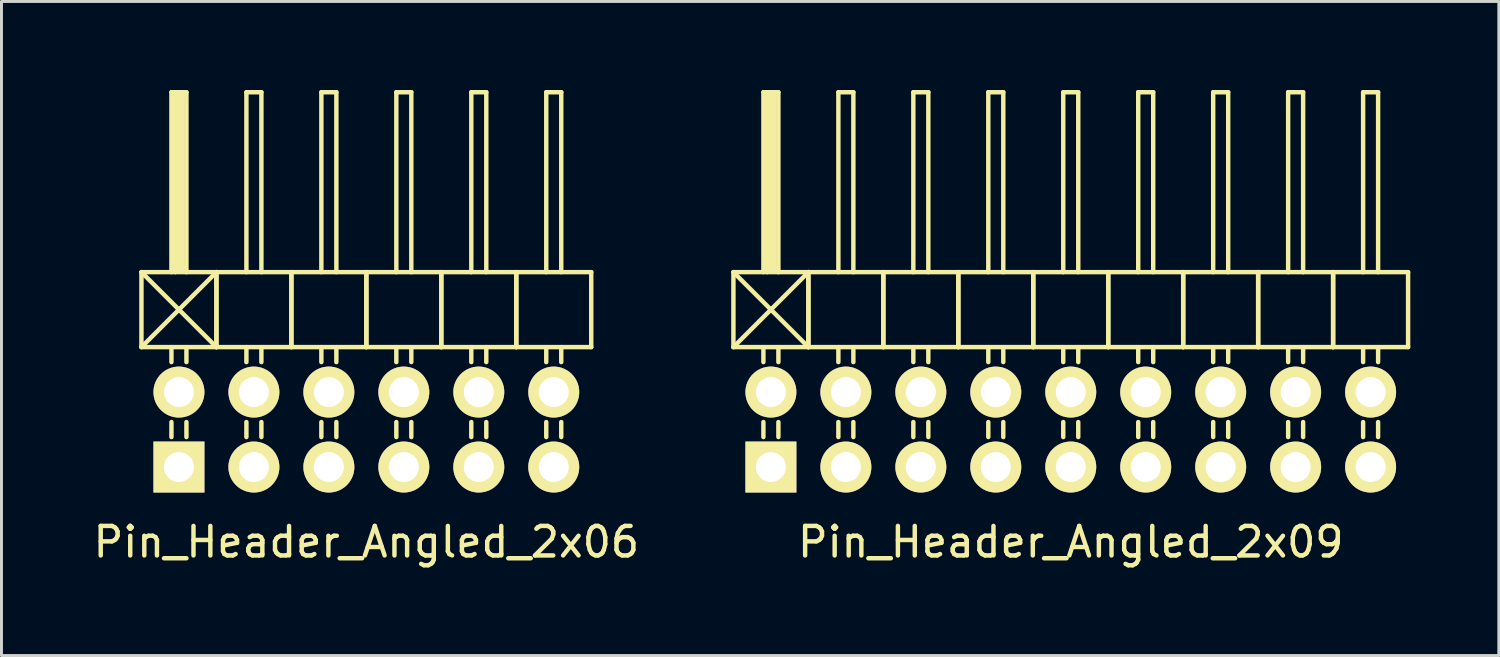
<source format=kicad_pcb>
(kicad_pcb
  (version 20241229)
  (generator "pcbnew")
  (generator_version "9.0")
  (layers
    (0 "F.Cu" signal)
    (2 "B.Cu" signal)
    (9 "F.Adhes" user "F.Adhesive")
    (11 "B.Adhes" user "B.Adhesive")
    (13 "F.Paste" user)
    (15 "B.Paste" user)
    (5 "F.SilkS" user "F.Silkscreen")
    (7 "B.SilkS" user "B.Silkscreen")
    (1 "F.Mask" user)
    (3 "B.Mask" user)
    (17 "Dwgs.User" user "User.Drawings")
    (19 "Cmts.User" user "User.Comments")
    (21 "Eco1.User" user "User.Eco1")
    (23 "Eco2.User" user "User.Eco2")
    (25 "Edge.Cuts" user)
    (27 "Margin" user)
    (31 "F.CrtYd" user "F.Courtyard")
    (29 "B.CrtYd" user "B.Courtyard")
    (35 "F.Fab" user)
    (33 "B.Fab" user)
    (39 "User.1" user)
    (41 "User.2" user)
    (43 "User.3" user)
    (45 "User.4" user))
  (footprint "Pin_Header_Angled_2x06"
    (layer "F.Cu")
    (at 9.363 11.505)
    (property "Reference" "Pin_Header_Angled_2x06" (at 0 3.81 0) (layer "F.SilkS") (effects (font (size 1 1) (thickness 0.15))))
    (attr through_hole)
    (fp_line (start -7.62 -5.334) (end -5.08 -2.794) (stroke (width 0.15) (type solid)) (layer "F.SilkS"))
    (fp_line (start -7.62 -2.794) (end -7.62 -5.334) (stroke (width 0.15) (type solid)) (layer "F.SilkS"))
    (fp_line (start -7.62 -2.794) (end -5.08 -5.334) (stroke (width 0.15) (type solid)) (layer "F.SilkS"))
    (fp_line (start -7.62 -2.794) (end -5.08 -2.794) (stroke (width 0.15) (type solid)) (layer "F.SilkS"))
    (fp_line (start -6.604 -11.43) (end -6.096 -11.43) (stroke (width 0.15) (type solid)) (layer "F.SilkS"))
    (fp_line (start -6.604 -5.334) (end -6.604 -11.43) (stroke (width 0.15) (type solid)) (layer "F.SilkS"))
    (fp_line (start -6.604 -2.794) (end -6.604 -2.286) (stroke (width 0.15) (type solid)) (layer "F.SilkS"))
    (fp_line (start -6.604 -0.254) (end -6.604 0.254) (stroke (width 0.15) (type solid)) (layer "F.SilkS"))
    (fp_line (start -6.477 -11.303) (end -6.223 -11.303) (stroke (width 0.15) (type solid)) (layer "F.SilkS"))
    (fp_line (start -6.477 -5.334) (end -6.477 -11.303) (stroke (width 0.15) (type solid)) (layer "F.SilkS"))
    (fp_line (start -6.35 -5.461) (end -6.35 -11.303) (stroke (width 0.15) (type solid)) (layer "F.SilkS"))
    (fp_line (start -6.223 -11.303) (end -6.223 -5.461) (stroke (width 0.15) (type solid)) (layer "F.SilkS"))
    (fp_line (start -6.223 -5.461) (end -6.35 -5.461) (stroke (width 0.15) (type solid)) (layer "F.SilkS"))
    (fp_line (start -6.096 -11.43) (end -6.096 -5.334) (stroke (width 0.15) (type solid)) (layer "F.SilkS"))
    (fp_line (start -6.096 -2.794) (end -6.096 -2.286) (stroke (width 0.15) (type solid)) (layer "F.SilkS"))
    (fp_line (start -6.096 -0.254) (end -6.096 0.254) (stroke (width 0.15) (type solid)) (layer "F.SilkS"))
    (fp_line (start -5.08 -5.334) (end -7.62 -5.334) (stroke (width 0.15) (type solid)) (layer "F.SilkS"))
    (fp_line (start -5.08 -2.794) (end -5.08 -5.334) (stroke (width 0.15) (type solid)) (layer "F.SilkS"))
    (fp_line (start -5.08 -2.794) (end -5.08 -5.334) (stroke (width 0.15) (type solid)) (layer "F.SilkS"))
    (fp_line (start -5.08 -2.794) (end -2.54 -2.794) (stroke (width 0.15) (type solid)) (layer "F.SilkS"))
    (fp_line (start -4.064 -11.43) (end -3.556 -11.43) (stroke (width 0.15) (type solid)) (layer "F.SilkS"))
    (fp_line (start -4.064 -5.334) (end -4.064 -11.43) (stroke (width 0.15) (type solid)) (layer "F.SilkS"))
    (fp_line (start -4.064 -2.794) (end -4.064 -2.286) (stroke (width 0.15) (type solid)) (layer "F.SilkS"))
    (fp_line (start -4.064 -0.254) (end -4.064 0.254) (stroke (width 0.15) (type solid)) (layer "F.SilkS"))
    (fp_line (start -3.556 -11.43) (end -3.556 -5.334) (stroke (width 0.15) (type solid)) (layer "F.SilkS"))
    (fp_line (start -3.556 -2.794) (end -3.556 -2.286) (stroke (width 0.15) (type solid)) (layer "F.SilkS"))
    (fp_line (start -3.556 -0.254) (end -3.556 0.254) (stroke (width 0.15) (type solid)) (layer "F.SilkS"))
    (fp_line (start -2.54 -5.334) (end -5.08 -5.334) (stroke (width 0.15) (type solid)) (layer "F.SilkS"))
    (fp_line (start -2.54 -2.794) (end -2.54 -5.334) (stroke (width 0.15) (type solid)) (layer "F.SilkS"))
    (fp_line (start -2.54 -2.794) (end -2.54 -5.334) (stroke (width 0.15) (type solid)) (layer "F.SilkS"))
    (fp_line (start -2.54 -2.794) (end 0 -2.794) (stroke (width 0.15) (type solid)) (layer "F.SilkS"))
    (fp_line (start -1.524 -11.43) (end -1.016 -11.43) (stroke (width 0.15) (type solid)) (layer "F.SilkS"))
    (fp_line (start -1.524 -5.334) (end -1.524 -11.43) (stroke (width 0.15) (type solid)) (layer "F.SilkS"))
    (fp_line (start -1.524 -2.794) (end -1.524 -2.286) (stroke (width 0.15) (type solid)) (layer "F.SilkS"))
    (fp_line (start -1.524 -0.254) (end -1.524 0.254) (stroke (width 0.15) (type solid)) (layer "F.SilkS"))
    (fp_line (start -1.016 -11.43) (end -1.016 -5.334) (stroke (width 0.15) (type solid)) (layer "F.SilkS"))
    (fp_line (start -1.016 -2.794) (end -1.016 -2.286) (stroke (width 0.15) (type solid)) (layer "F.SilkS"))
    (fp_line (start -1.016 -0.254) (end -1.016 0.254) (stroke (width 0.15) (type solid)) (layer "F.SilkS"))
    (fp_line (start 0 -5.334) (end -2.54 -5.334) (stroke (width 0.15) (type solid)) (layer "F.SilkS"))
    (fp_line (start 0 -2.794) (end 0 -5.334) (stroke (width 0.15) (type solid)) (layer "F.SilkS"))
    (fp_line (start 0 -2.794) (end 0 -5.334) (stroke (width 0.15) (type solid)) (layer "F.SilkS"))
    (fp_line (start 0 -2.794) (end 2.54 -2.794) (stroke (width 0.15) (type solid)) (layer "F.SilkS"))
    (fp_line (start 1.016 -11.43) (end 1.524 -11.43) (stroke (width 0.15) (type solid)) (layer "F.SilkS"))
    (fp_line (start 1.016 -5.334) (end 1.016 -11.43) (stroke (width 0.15) (type solid)) (layer "F.SilkS"))
    (fp_line (start 1.016 -2.794) (end 1.016 -2.286) (stroke (width 0.15) (type solid)) (layer "F.SilkS"))
    (fp_line (start 1.016 -0.254) (end 1.016 0.254) (stroke (width 0.15) (type solid)) (layer "F.SilkS"))
    (fp_line (start 1.524 -11.43) (end 1.524 -5.334) (stroke (width 0.15) (type solid)) (layer "F.SilkS"))
    (fp_line (start 1.524 -2.794) (end 1.524 -2.286) (stroke (width 0.15) (type solid)) (layer "F.SilkS"))
    (fp_line (start 1.524 -0.254) (end 1.524 0.254) (stroke (width 0.15) (type solid)) (layer "F.SilkS"))
    (fp_line (start 2.54 -5.334) (end 0 -5.334) (stroke (width 0.15) (type solid)) (layer "F.SilkS"))
    (fp_line (start 2.54 -2.794) (end 2.54 -5.334) (stroke (width 0.15) (type solid)) (layer "F.SilkS"))
    (fp_line (start 2.54 -2.794) (end 2.54 -5.334) (stroke (width 0.15) (type solid)) (layer "F.SilkS"))
    (fp_line (start 2.54 -2.794) (end 5.08 -2.794) (stroke (width 0.15) (type solid)) (layer "F.SilkS"))
    (fp_line (start 3.556 -11.43) (end 4.064 -11.43) (stroke (width 0.15) (type solid)) (layer "F.SilkS"))
    (fp_line (start 3.556 -5.334) (end 3.556 -11.43) (stroke (width 0.15) (type solid)) (layer "F.SilkS"))
    (fp_line (start 3.556 -2.794) (end 3.556 -2.286) (stroke (width 0.15) (type solid)) (layer "F.SilkS"))
    (fp_line (start 3.556 -0.254) (end 3.556 0.254) (stroke (width 0.15) (type solid)) (layer "F.SilkS"))
    (fp_line (start 4.064 -11.43) (end 4.064 -5.334) (stroke (width 0.15) (type solid)) (layer "F.SilkS"))
    (fp_line (start 4.064 -2.794) (end 4.064 -2.286) (stroke (width 0.15) (type solid)) (layer "F.SilkS"))
    (fp_line (start 4.064 -0.254) (end 4.064 0.254) (stroke (width 0.15) (type solid)) (layer "F.SilkS"))
    (fp_line (start 5.08 -5.334) (end 2.54 -5.334) (stroke (width 0.15) (type solid)) (layer "F.SilkS"))
    (fp_line (start 5.08 -2.794) (end 5.08 -5.334) (stroke (width 0.15) (type solid)) (layer "F.SilkS"))
    (fp_line (start 5.08 -2.794) (end 5.08 -5.334) (stroke (width 0.15) (type solid)) (layer "F.SilkS"))
    (fp_line (start 5.08 -2.794) (end 7.62 -2.794) (stroke (width 0.15) (type solid)) (layer "F.SilkS"))
    (fp_line (start 6.096 -11.43) (end 6.604 -11.43) (stroke (width 0.15) (type solid)) (layer "F.SilkS"))
    (fp_line (start 6.096 -5.334) (end 6.096 -11.43) (stroke (width 0.15) (type solid)) (layer "F.SilkS"))
    (fp_line (start 6.096 -2.794) (end 6.096 -2.286) (stroke (width 0.15) (type solid)) (layer "F.SilkS"))
    (fp_line (start 6.096 -0.254) (end 6.096 0.254) (stroke (width 0.15) (type solid)) (layer "F.SilkS"))
    (fp_line (start 6.604 -11.43) (end 6.604 -5.334) (stroke (width 0.15) (type solid)) (layer "F.SilkS"))
    (fp_line (start 6.604 -2.794) (end 6.604 -2.286) (stroke (width 0.15) (type solid)) (layer "F.SilkS"))
    (fp_line (start 6.604 -0.254) (end 6.604 0.254) (stroke (width 0.15) (type solid)) (layer "F.SilkS"))
    (fp_line (start 7.62 -5.334) (end 5.08 -5.334) (stroke (width 0.15) (type solid)) (layer "F.SilkS"))
    (fp_line (start 7.62 -2.794) (end 7.62 -5.334) (stroke (width 0.15) (type solid)) (layer "F.SilkS"))
    (pad "1" thru_hole rect (at -6.35 1.27) (size 1.727 1.727) (drill 1.016) (layers "*.Cu" "*.Mask" "F.SilkS"))
    (pad "2" thru_hole oval (at -6.35 -1.27) (size 1.727 1.727) (drill 1.016) (layers "*.Cu" "*.Mask" "F.SilkS"))
    (pad "3" thru_hole oval (at -3.81 1.27) (size 1.727 1.727) (drill 1.016) (layers "*.Cu" "*.Mask" "F.SilkS"))
    (pad "4" thru_hole oval (at -3.81 -1.27) (size 1.727 1.727) (drill 1.016) (layers "*.Cu" "*.Mask" "F.SilkS"))
    (pad "5" thru_hole oval (at -1.27 1.27) (size 1.727 1.727) (drill 1.016) (layers "*.Cu" "*.Mask" "F.SilkS"))
    (pad "6" thru_hole oval (at -1.27 -1.27) (size 1.727 1.727) (drill 1.016) (layers "*.Cu" "*.Mask" "F.SilkS"))
    (pad "7" thru_hole oval (at 1.27 1.27) (size 1.727 1.727) (drill 1.016) (layers "*.Cu" "*.Mask" "F.SilkS"))
    (pad "8" thru_hole oval (at 1.27 -1.27) (size 1.727 1.727) (drill 1.016) (layers "*.Cu" "*.Mask" "F.SilkS"))
    (pad "9" thru_hole oval (at 3.81 1.27) (size 1.727 1.727) (drill 1.016) (layers "*.Cu" "*.Mask" "F.SilkS"))
    (pad "10" thru_hole oval (at 3.81 -1.27) (size 1.727 1.727) (drill 1.016) (layers "*.Cu" "*.Mask" "F.SilkS"))
    (pad "11" thru_hole oval (at 6.35 1.27) (size 1.727 1.727) (drill 1.016) (layers "*.Cu" "*.Mask" "F.SilkS"))
    (pad "12" thru_hole oval (at 6.35 -1.27) (size 1.727 1.727) (drill 1.016) (layers "*.Cu" "*.Mask" "F.SilkS")))
  (footprint "Pin_Header_Angled_2x09"
    (layer "F.Cu")
    (at 33.231 11.505)
    (property "Reference" "Pin_Header_Angled_2x09" (at 0 3.81 0) (layer "F.SilkS") (effects (font (size 1 1) (thickness 0.15))))
    (attr through_hole)
    (fp_line (start -11.43 -5.334) (end -8.89 -2.794) (stroke (width 0.15) (type solid)) (layer "F.SilkS"))
    (fp_line (start -11.43 -2.794) (end -11.43 -5.334) (stroke (width 0.15) (type solid)) (layer "F.SilkS"))
    (fp_line (start -11.43 -2.794) (end -8.89 -5.334) (stroke (width 0.15) (type solid)) (layer "F.SilkS"))
    (fp_line (start -11.43 -2.794) (end -8.89 -2.794) (stroke (width 0.15) (type solid)) (layer "F.SilkS"))
    (fp_line (start -10.414 -11.43) (end -9.906 -11.43) (stroke (width 0.15) (type solid)) (layer "F.SilkS"))
    (fp_line (start -10.414 -5.334) (end -10.414 -11.43) (stroke (width 0.15) (type solid)) (layer "F.SilkS"))
    (fp_line (start -10.414 -2.794) (end -10.414 -2.286) (stroke (width 0.15) (type solid)) (layer "F.SilkS"))
    (fp_line (start -10.414 -0.254) (end -10.414 0.254) (stroke (width 0.15) (type solid)) (layer "F.SilkS"))
    (fp_line (start -10.287 -11.303) (end -10.033 -11.303) (stroke (width 0.15) (type solid)) (layer "F.SilkS"))
    (fp_line (start -10.287 -5.334) (end -10.287 -11.303) (stroke (width 0.15) (type solid)) (layer "F.SilkS"))
    (fp_line (start -10.16 -5.461) (end -10.16 -11.303) (stroke (width 0.15) (type solid)) (layer "F.SilkS"))
    (fp_line (start -10.033 -11.303) (end -10.033 -5.461) (stroke (width 0.15) (type solid)) (layer "F.SilkS"))
    (fp_line (start -10.033 -5.461) (end -10.16 -5.461) (stroke (width 0.15) (type solid)) (layer "F.SilkS"))
    (fp_line (start -9.906 -11.43) (end -9.906 -5.334) (stroke (width 0.15) (type solid)) (layer "F.SilkS"))
    (fp_line (start -9.906 -2.794) (end -9.906 -2.286) (stroke (width 0.15) (type solid)) (layer "F.SilkS"))
    (fp_line (start -9.906 -0.254) (end -9.906 0.254) (stroke (width 0.15) (type solid)) (layer "F.SilkS"))
    (fp_line (start -8.89 -5.334) (end -11.43 -5.334) (stroke (width 0.15) (type solid)) (layer "F.SilkS"))
    (fp_line (start -8.89 -2.794) (end -8.89 -5.334) (stroke (width 0.15) (type solid)) (layer "F.SilkS"))
    (fp_line (start -8.89 -2.794) (end -8.89 -5.334) (stroke (width 0.15) (type solid)) (layer "F.SilkS"))
    (fp_line (start -8.89 -2.794) (end -6.35 -2.794) (stroke (width 0.15) (type solid)) (layer "F.SilkS"))
    (fp_line (start -7.874 -11.43) (end -7.366 -11.43) (stroke (width 0.15) (type solid)) (layer "F.SilkS"))
    (fp_line (start -7.874 -5.334) (end -7.874 -11.43) (stroke (width 0.15) (type solid)) (layer "F.SilkS"))
    (fp_line (start -7.874 -2.794) (end -7.874 -2.286) (stroke (width 0.15) (type solid)) (layer "F.SilkS"))
    (fp_line (start -7.874 -0.254) (end -7.874 0.254) (stroke (width 0.15) (type solid)) (layer "F.SilkS"))
    (fp_line (start -7.366 -11.43) (end -7.366 -5.334) (stroke (width 0.15) (type solid)) (layer "F.SilkS"))
    (fp_line (start -7.366 -2.794) (end -7.366 -2.286) (stroke (width 0.15) (type solid)) (layer "F.SilkS"))
    (fp_line (start -7.366 -0.254) (end -7.366 0.254) (stroke (width 0.15) (type solid)) (layer "F.SilkS"))
    (fp_line (start -6.35 -5.334) (end -8.89 -5.334) (stroke (width 0.15) (type solid)) (layer "F.SilkS"))
    (fp_line (start -6.35 -2.794) (end -6.35 -5.334) (stroke (width 0.15) (type solid)) (layer "F.SilkS"))
    (fp_line (start -6.35 -2.794) (end -6.35 -5.334) (stroke (width 0.15) (type solid)) (layer "F.SilkS"))
    (fp_line (start -6.35 -2.794) (end -3.81 -2.794) (stroke (width 0.15) (type solid)) (layer "F.SilkS"))
    (fp_line (start -5.334 -11.43) (end -4.826 -11.43) (stroke (width 0.15) (type solid)) (layer "F.SilkS"))
    (fp_line (start -5.334 -5.334) (end -5.334 -11.43) (stroke (width 0.15) (type solid)) (layer "F.SilkS"))
    (fp_line (start -5.334 -2.794) (end -5.334 -2.286) (stroke (width 0.15) (type solid)) (layer "F.SilkS"))
    (fp_line (start -5.334 -0.254) (end -5.334 0.254) (stroke (width 0.15) (type solid)) (layer "F.SilkS"))
    (fp_line (start -4.826 -11.43) (end -4.826 -5.334) (stroke (width 0.15) (type solid)) (layer "F.SilkS"))
    (fp_line (start -4.826 -2.794) (end -4.826 -2.286) (stroke (width 0.15) (type solid)) (layer "F.SilkS"))
    (fp_line (start -4.826 -0.254) (end -4.826 0.254) (stroke (width 0.15) (type solid)) (layer "F.SilkS"))
    (fp_line (start -3.81 -5.334) (end -6.35 -5.334) (stroke (width 0.15) (type solid)) (layer "F.SilkS"))
    (fp_line (start -3.81 -2.794) (end -3.81 -5.334) (stroke (width 0.15) (type solid)) (layer "F.SilkS"))
    (fp_line (start -3.81 -2.794) (end -3.81 -5.334) (stroke (width 0.15) (type solid)) (layer "F.SilkS"))
    (fp_line (start -3.81 -2.794) (end -1.27 -2.794) (stroke (width 0.15) (type solid)) (layer "F.SilkS"))
    (fp_line (start -2.794 -11.43) (end -2.286 -11.43) (stroke (width 0.15) (type solid)) (layer "F.SilkS"))
    (fp_line (start -2.794 -5.334) (end -2.794 -11.43) (stroke (width 0.15) (type solid)) (layer "F.SilkS"))
    (fp_line (start -2.794 -2.794) (end -2.794 -2.286) (stroke (width 0.15) (type solid)) (layer "F.SilkS"))
    (fp_line (start -2.794 -0.254) (end -2.794 0.254) (stroke (width 0.15) (type solid)) (layer "F.SilkS"))
    (fp_line (start -2.286 -11.43) (end -2.286 -5.334) (stroke (width 0.15) (type solid)) (layer "F.SilkS"))
    (fp_line (start -2.286 -2.794) (end -2.286 -2.286) (stroke (width 0.15) (type solid)) (layer "F.SilkS"))
    (fp_line (start -2.286 -0.254) (end -2.286 0.254) (stroke (width 0.15) (type solid)) (layer "F.SilkS"))
    (fp_line (start -1.27 -5.334) (end -3.81 -5.334) (stroke (width 0.15) (type solid)) (layer "F.SilkS"))
    (fp_line (start -1.27 -2.794) (end -1.27 -5.334) (stroke (width 0.15) (type solid)) (layer "F.SilkS"))
    (fp_line (start -1.27 -2.794) (end -1.27 -5.334) (stroke (width 0.15) (type solid)) (layer "F.SilkS"))
    (fp_line (start -1.27 -2.794) (end 1.27 -2.794) (stroke (width 0.15) (type solid)) (layer "F.SilkS"))
    (fp_line (start -0.254 -11.43) (end 0.254 -11.43) (stroke (width 0.15) (type solid)) (layer "F.SilkS"))
    (fp_line (start -0.254 -5.334) (end -0.254 -11.43) (stroke (width 0.15) (type solid)) (layer "F.SilkS"))
    (fp_line (start -0.254 -2.794) (end -0.254 -2.286) (stroke (width 0.15) (type solid)) (layer "F.SilkS"))
    (fp_line (start -0.254 -0.254) (end -0.254 0.254) (stroke (width 0.15) (type solid)) (layer "F.SilkS"))
    (fp_line (start 0.254 -11.43) (end 0.254 -5.334) (stroke (width 0.15) (type solid)) (layer "F.SilkS"))
    (fp_line (start 0.254 -2.794) (end 0.254 -2.286) (stroke (width 0.15) (type solid)) (layer "F.SilkS"))
    (fp_line (start 0.254 -0.254) (end 0.254 0.254) (stroke (width 0.15) (type solid)) (layer "F.SilkS"))
    (fp_line (start 1.27 -5.334) (end -1.27 -5.334) (stroke (width 0.15) (type solid)) (layer "F.SilkS"))
    (fp_line (start 1.27 -2.794) (end 1.27 -5.334) (stroke (width 0.15) (type solid)) (layer "F.SilkS"))
    (fp_line (start 1.27 -2.794) (end 1.27 -5.334) (stroke (width 0.15) (type solid)) (layer "F.SilkS"))
    (fp_line (start 1.27 -2.794) (end 3.81 -2.794) (stroke (width 0.15) (type solid)) (layer "F.SilkS"))
    (fp_line (start 2.286 -11.43) (end 2.794 -11.43) (stroke (width 0.15) (type solid)) (layer "F.SilkS"))
    (fp_line (start 2.286 -5.334) (end 2.286 -11.43) (stroke (width 0.15) (type solid)) (layer "F.SilkS"))
    (fp_line (start 2.286 -2.794) (end 2.286 -2.286) (stroke (width 0.15) (type solid)) (layer "F.SilkS"))
    (fp_line (start 2.286 -0.254) (end 2.286 0.254) (stroke (width 0.15) (type solid)) (layer "F.SilkS"))
    (fp_line (start 2.794 -11.43) (end 2.794 -5.334) (stroke (width 0.15) (type solid)) (layer "F.SilkS"))
    (fp_line (start 2.794 -2.794) (end 2.794 -2.286) (stroke (width 0.15) (type solid)) (layer "F.SilkS"))
    (fp_line (start 2.794 -0.254) (end 2.794 0.254) (stroke (width 0.15) (type solid)) (layer "F.SilkS"))
    (fp_line (start 3.81 -5.334) (end 1.27 -5.334) (stroke (width 0.15) (type solid)) (layer "F.SilkS"))
    (fp_line (start 3.81 -2.794) (end 3.81 -5.334) (stroke (width 0.15) (type solid)) (layer "F.SilkS"))
    (fp_line (start 3.81 -2.794) (end 3.81 -5.334) (stroke (width 0.15) (type solid)) (layer "F.SilkS"))
    (fp_line (start 3.81 -2.794) (end 6.35 -2.794) (stroke (width 0.15) (type solid)) (layer "F.SilkS"))
    (fp_line (start 4.826 -11.43) (end 5.334 -11.43) (stroke (width 0.15) (type solid)) (layer "F.SilkS"))
    (fp_line (start 4.826 -5.334) (end 4.826 -11.43) (stroke (width 0.15) (type solid)) (layer "F.SilkS"))
    (fp_line (start 4.826 -2.794) (end 4.826 -2.286) (stroke (width 0.15) (type solid)) (layer "F.SilkS"))
    (fp_line (start 4.826 -0.254) (end 4.826 0.254) (stroke (width 0.15) (type solid)) (layer "F.SilkS"))
    (fp_line (start 5.334 -11.43) (end 5.334 -5.334) (stroke (width 0.15) (type solid)) (layer "F.SilkS"))
    (fp_line (start 5.334 -2.794) (end 5.334 -2.286) (stroke (width 0.15) (type solid)) (layer "F.SilkS"))
    (fp_line (start 5.334 -0.254) (end 5.334 0.254) (stroke (width 0.15) (type solid)) (layer "F.SilkS"))
    (fp_line (start 6.35 -5.334) (end 3.81 -5.334) (stroke (width 0.15) (type solid)) (layer "F.SilkS"))
    (fp_line (start 6.35 -2.794) (end 6.35 -5.334) (stroke (width 0.15) (type solid)) (layer "F.SilkS"))
    (fp_line (start 6.35 -2.794) (end 6.35 -5.334) (stroke (width 0.15) (type solid)) (layer "F.SilkS"))
    (fp_line (start 6.35 -2.794) (end 8.89 -2.794) (stroke (width 0.15) (type solid)) (layer "F.SilkS"))
    (fp_line (start 7.366 -11.43) (end 7.874 -11.43) (stroke (width 0.15) (type solid)) (layer "F.SilkS"))
    (fp_line (start 7.366 -5.334) (end 7.366 -11.43) (stroke (width 0.15) (type solid)) (layer "F.SilkS"))
    (fp_line (start 7.366 -2.794) (end 7.366 -2.286) (stroke (width 0.15) (type solid)) (layer "F.SilkS"))
    (fp_line (start 7.366 -0.254) (end 7.366 0.254) (stroke (width 0.15) (type solid)) (layer "F.SilkS"))
    (fp_line (start 7.874 -11.43) (end 7.874 -5.334) (stroke (width 0.15) (type solid)) (layer "F.SilkS"))
    (fp_line (start 7.874 -2.794) (end 7.874 -2.286) (stroke (width 0.15) (type solid)) (layer "F.SilkS"))
    (fp_line (start 7.874 -0.254) (end 7.874 0.254) (stroke (width 0.15) (type solid)) (layer "F.SilkS"))
    (fp_line (start 8.89 -5.334) (end 6.35 -5.334) (stroke (width 0.15) (type solid)) (layer "F.SilkS"))
    (fp_line (start 8.89 -2.794) (end 8.89 -5.334) (stroke (width 0.15) (type solid)) (layer "F.SilkS"))
    (fp_line (start 8.89 -2.794) (end 8.89 -5.334) (stroke (width 0.15) (type solid)) (layer "F.SilkS"))
    (fp_line (start 8.89 -2.794) (end 11.43 -2.794) (stroke (width 0.15) (type solid)) (layer "F.SilkS"))
    (fp_line (start 9.906 -11.43) (end 10.414 -11.43) (stroke (width 0.15) (type solid)) (layer "F.SilkS"))
    (fp_line (start 9.906 -5.334) (end 9.906 -11.43) (stroke (width 0.15) (type solid)) (layer "F.SilkS"))
    (fp_line (start 9.906 -2.794) (end 9.906 -2.286) (stroke (width 0.15) (type solid)) (layer "F.SilkS"))
    (fp_line (start 9.906 -0.254) (end 9.906 0.254) (stroke (width 0.15) (type solid)) (layer "F.SilkS"))
    (fp_line (start 10.414 -11.43) (end 10.414 -5.334) (stroke (width 0.15) (type solid)) (layer "F.SilkS"))
    (fp_line (start 10.414 -2.794) (end 10.414 -2.286) (stroke (width 0.15) (type solid)) (layer "F.SilkS"))
    (fp_line (start 10.414 -0.254) (end 10.414 0.254) (stroke (width 0.15) (type solid)) (layer "F.SilkS"))
    (fp_line (start 11.43 -5.334) (end 8.89 -5.334) (stroke (width 0.15) (type solid)) (layer "F.SilkS"))
    (fp_line (start 11.43 -2.794) (end 11.43 -5.334) (stroke (width 0.15) (type solid)) (layer "F.SilkS"))
    (pad "1" thru_hole rect (at -10.16 1.27) (size 1.727 1.727) (drill 1.016) (layers "*.Cu" "*.Mask" "F.SilkS"))
    (pad "2" thru_hole oval (at -10.16 -1.27) (size 1.727 1.727) (drill 1.016) (layers "*.Cu" "*.Mask" "F.SilkS"))
    (pad "3" thru_hole oval (at -7.62 1.27) (size 1.727 1.727) (drill 1.016) (layers "*.Cu" "*.Mask" "F.SilkS"))
    (pad "4" thru_hole oval (at -7.62 -1.27) (size 1.727 1.727) (drill 1.016) (layers "*.Cu" "*.Mask" "F.SilkS"))
    (pad "5" thru_hole oval (at -5.08 1.27) (size 1.727 1.727) (drill 1.016) (layers "*.Cu" "*.Mask" "F.SilkS"))
    (pad "6" thru_hole oval (at -5.08 -1.27) (size 1.727 1.727) (drill 1.016) (layers "*.Cu" "*.Mask" "F.SilkS"))
    (pad "7" thru_hole oval (at -2.54 1.27) (size 1.727 1.727) (drill 1.016) (layers "*.Cu" "*.Mask" "F.SilkS"))
    (pad "8" thru_hole oval (at -2.54 -1.27) (size 1.727 1.727) (drill 1.016) (layers "*.Cu" "*.Mask" "F.SilkS"))
    (pad "9" thru_hole oval (at 0 1.27) (size 1.727 1.727) (drill 1.016) (layers "*.Cu" "*.Mask" "F.SilkS"))
    (pad "10" thru_hole oval (at 0 -1.27) (size 1.727 1.727) (drill 1.016) (layers "*.Cu" "*.Mask" "F.SilkS"))
    (pad "11" thru_hole oval (at 2.54 1.27) (size 1.727 1.727) (drill 1.016) (layers "*.Cu" "*.Mask" "F.SilkS"))
    (pad "12" thru_hole oval (at 2.54 -1.27) (size 1.727 1.727) (drill 1.016) (layers "*.Cu" "*.Mask" "F.SilkS"))
    (pad "13" thru_hole oval (at 5.08 1.27) (size 1.727 1.727) (drill 1.016) (layers "*.Cu" "*.Mask" "F.SilkS"))
    (pad "14" thru_hole oval (at 5.08 -1.27) (size 1.727 1.727) (drill 1.016) (layers "*.Cu" "*.Mask" "F.SilkS"))
    (pad "15" thru_hole oval (at 7.62 1.27) (size 1.727 1.727) (drill 1.016) (layers "*.Cu" "*.Mask" "F.SilkS"))
    (pad "16" thru_hole oval (at 7.62 -1.27) (size 1.727 1.727) (drill 1.016) (layers "*.Cu" "*.Mask" "F.SilkS"))
    (pad "17" thru_hole oval (at 10.16 1.27) (size 1.727 1.727) (drill 1.016) (layers "*.Cu" "*.Mask" "F.SilkS"))
    (pad "18" thru_hole oval (at 10.16 -1.27) (size 1.727 1.727) (drill 1.016) (layers "*.Cu" "*.Mask" "F.SilkS")))
  (gr_rect
    (start -3 -3)
    (end 47.736 19.163)
    (stroke (width 0.1) (type default))
    (fill no)
    (layer "Edge.Cuts")))
</source>
